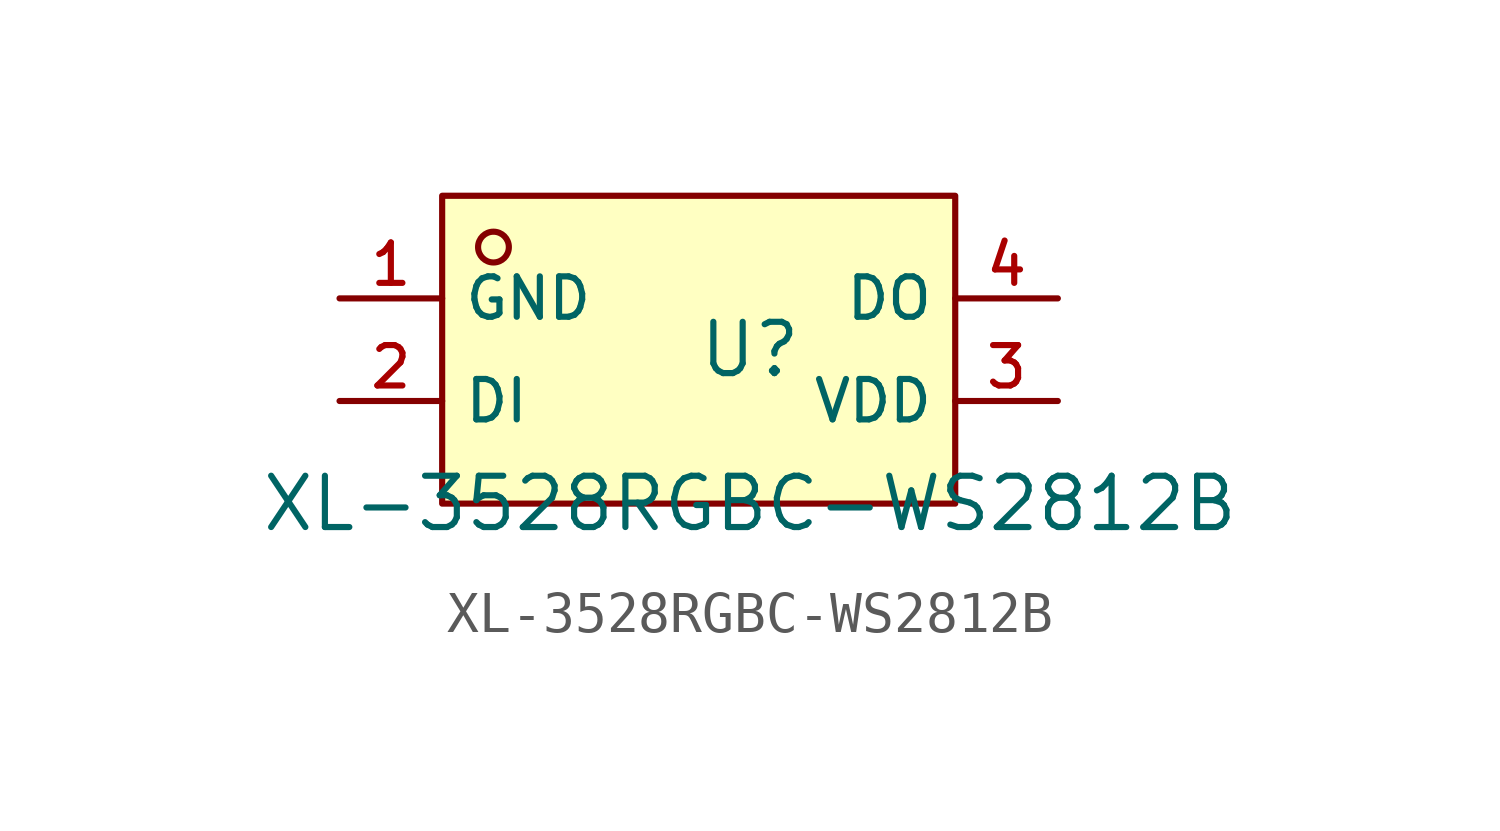
<source format=kicad_sym>
(kicad_symbol_lib
  (version 20210201)
  (generator TousstNicolas/JLC2KiCad_lib)
  (symbol "XL-3528RGBC-WS2812B"
    (property "Reference" "U"
      (at 0 1.27 0)
      (effects (font (size 1.27 1.27))))
    (property "Value" "XL-3528RGBC-WS2812B"
      (at 0 -2.54 0)
      (effects (font (size 1.27 1.27))))
    (symbol "XL-3528RGBC-WS2812B_0_1"
      (pin unspecified line (at 7.62 2.54 180) (length 2.54) (name "DO" (effects (font (size 1 1)))) (number "4" (effects (font (size 1 1)))))
      (pin unspecified line (at 7.62 -0.0 180) (length 2.54) (name "VDD" (effects (font (size 1 1)))) (number "3" (effects (font (size 1 1)))))
      (pin unspecified line (at -10.16 -0.0 0) (length 2.54) (name "DI" (effects (font (size 1 1)))) (number "2" (effects (font (size 1 1)))))
      (pin unspecified line (at -10.16 2.54 0) (length 2.54) (name "GND" (effects (font (size 1 1)))) (number "1" (effects (font (size 1 1)))))
      (circle (center -6.35 3.81) (radius 0.381) (stroke (width 0) (type default) (color 0 0 0 0)) (fill (type background)))
      (rectangle (start -7.62 5.08) (end 5.08 -2.54) (stroke (width 0) (type default) (color 0 0 0 0)) (fill (type background))))))
</source>
